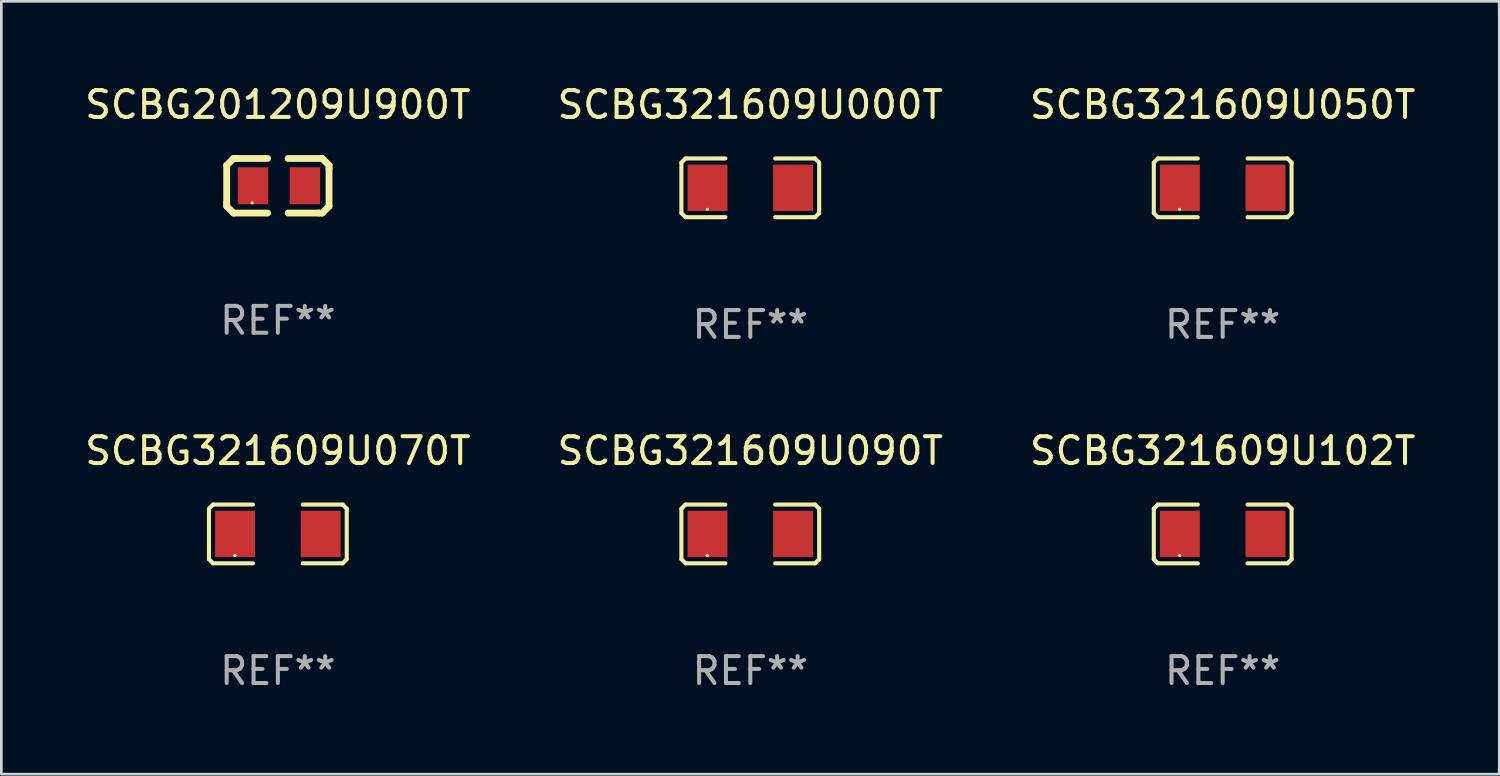
<source format=kicad_pcb>
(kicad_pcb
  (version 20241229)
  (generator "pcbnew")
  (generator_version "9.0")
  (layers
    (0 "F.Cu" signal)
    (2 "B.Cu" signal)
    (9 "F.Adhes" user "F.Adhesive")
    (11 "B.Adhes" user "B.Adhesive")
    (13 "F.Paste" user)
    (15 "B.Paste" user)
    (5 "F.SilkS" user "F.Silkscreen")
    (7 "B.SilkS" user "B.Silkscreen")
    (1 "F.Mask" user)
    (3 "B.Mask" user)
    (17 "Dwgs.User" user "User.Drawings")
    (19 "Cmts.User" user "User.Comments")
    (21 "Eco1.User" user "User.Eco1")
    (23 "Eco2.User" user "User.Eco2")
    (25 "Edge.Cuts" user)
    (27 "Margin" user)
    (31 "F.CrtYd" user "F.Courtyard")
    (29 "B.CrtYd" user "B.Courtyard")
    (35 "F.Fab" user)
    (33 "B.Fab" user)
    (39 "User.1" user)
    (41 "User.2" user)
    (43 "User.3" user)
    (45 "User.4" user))
  (footprint "SCBG321609U090T"
    (layer "F.Cu")
    (at 24.875 16.823)
    (property "Reference" "SCBG321609U090T" (at 0 -3.093 0) (layer "F.SilkS") (effects (font (size 1 1) (thickness 0.15))))
    (attr through_hole)
    (fp_line (start -2.564 -0.94) (end -2.411 -1.093) (stroke (width 0.152) (type solid)) (layer "F.SilkS"))
    (fp_line (start -2.564 0.94) (end -2.564 -0.94) (stroke (width 0.152) (type solid)) (layer "F.SilkS"))
    (fp_line (start -2.411 -1.093) (end -0.926 -1.093) (stroke (width 0.152) (type solid)) (layer "F.SilkS"))
    (fp_line (start -2.411 1.093) (end -2.564 0.94) (stroke (width 0.152) (type solid)) (layer "F.SilkS"))
    (fp_line (start -0.926 1.093) (end -2.411 1.093) (stroke (width 0.152) (type solid)) (layer "F.SilkS"))
    (fp_line (start 0.926 1.093) (end 2.411 1.093) (stroke (width 0.152) (type solid)) (layer "F.SilkS"))
    (fp_line (start 2.411 -1.093) (end 0.926 -1.093) (stroke (width 0.152) (type solid)) (layer "F.SilkS"))
    (fp_line (start 2.411 1.093) (end 2.564 0.94) (stroke (width 0.152) (type solid)) (layer "F.SilkS"))
    (fp_line (start 2.564 -0.94) (end 2.411 -1.093) (stroke (width 0.152) (type solid)) (layer "F.SilkS"))
    (fp_line (start 2.564 0.94) (end 2.564 -0.94) (stroke (width 0.152) (type solid)) (layer "F.SilkS"))
    (fp_circle (center -1.6 0.8) (end -1.57 0.8) (stroke (width 0.06) (type solid)) (fill no) (layer "F.SilkS"))
    (fp_text user "REF**" (at 0 5.093 0) (layer "F.Fab") (effects (font (size 1 1) (thickness 0.15))))
    (pad "1" smd rect (at -1.593 0) (size 1.485 1.728) (layers "F.Cu" "F.Mask" "F.Paste"))
    (pad "2" smd rect (at 1.593 0) (size 1.485 1.728) (layers "F.Cu" "F.Mask" "F.Paste")))
  (footprint "SCBG321609U000T"
    (layer "F.Cu")
    (at 24.875 3.941)
    (property "Reference" "SCBG321609U000T" (at 0 -3.093 0) (layer "F.SilkS") (effects (font (size 1 1) (thickness 0.15))))
    (attr through_hole)
    (fp_line (start -2.564 -0.94) (end -2.411 -1.093) (stroke (width 0.152) (type solid)) (layer "F.SilkS"))
    (fp_line (start -2.564 0.94) (end -2.564 -0.94) (stroke (width 0.152) (type solid)) (layer "F.SilkS"))
    (fp_line (start -2.411 -1.093) (end -0.926 -1.093) (stroke (width 0.152) (type solid)) (layer "F.SilkS"))
    (fp_line (start -2.411 1.093) (end -2.564 0.94) (stroke (width 0.152) (type solid)) (layer "F.SilkS"))
    (fp_line (start -0.926 1.093) (end -2.411 1.093) (stroke (width 0.152) (type solid)) (layer "F.SilkS"))
    (fp_line (start 0.926 1.093) (end 2.411 1.093) (stroke (width 0.152) (type solid)) (layer "F.SilkS"))
    (fp_line (start 2.411 -1.093) (end 0.926 -1.093) (stroke (width 0.152) (type solid)) (layer "F.SilkS"))
    (fp_line (start 2.411 1.093) (end 2.564 0.94) (stroke (width 0.152) (type solid)) (layer "F.SilkS"))
    (fp_line (start 2.564 -0.94) (end 2.411 -1.093) (stroke (width 0.152) (type solid)) (layer "F.SilkS"))
    (fp_line (start 2.564 0.94) (end 2.564 -0.94) (stroke (width 0.152) (type solid)) (layer "F.SilkS"))
    (fp_circle (center -1.6 0.8) (end -1.57 0.8) (stroke (width 0.06) (type solid)) (fill no) (layer "F.SilkS"))
    (fp_text user "REF**" (at 0 5.093 0) (layer "F.Fab") (effects (font (size 1 1) (thickness 0.15))))
    (pad "1" smd rect (at -1.593 0) (size 1.485 1.728) (layers "F.Cu" "F.Mask" "F.Paste"))
    (pad "2" smd rect (at 1.593 0) (size 1.485 1.728) (layers "F.Cu" "F.Mask" "F.Paste")))
  (footprint "SCBG321609U070T"
    (layer "F.Cu")
    (at 7.292 16.823)
    (property "Reference" "SCBG321609U070T" (at 0 -3.093 0) (layer "F.SilkS") (effects (font (size 1 1) (thickness 0.15))))
    (attr through_hole)
    (fp_line (start -2.564 -0.94) (end -2.411 -1.093) (stroke (width 0.152) (type solid)) (layer "F.SilkS"))
    (fp_line (start -2.564 0.94) (end -2.564 -0.94) (stroke (width 0.152) (type solid)) (layer "F.SilkS"))
    (fp_line (start -2.411 -1.093) (end -0.926 -1.093) (stroke (width 0.152) (type solid)) (layer "F.SilkS"))
    (fp_line (start -2.411 1.093) (end -2.564 0.94) (stroke (width 0.152) (type solid)) (layer "F.SilkS"))
    (fp_line (start -0.926 1.093) (end -2.411 1.093) (stroke (width 0.152) (type solid)) (layer "F.SilkS"))
    (fp_line (start 0.926 1.093) (end 2.411 1.093) (stroke (width 0.152) (type solid)) (layer "F.SilkS"))
    (fp_line (start 2.411 -1.093) (end 0.926 -1.093) (stroke (width 0.152) (type solid)) (layer "F.SilkS"))
    (fp_line (start 2.411 1.093) (end 2.564 0.94) (stroke (width 0.152) (type solid)) (layer "F.SilkS"))
    (fp_line (start 2.564 -0.94) (end 2.411 -1.093) (stroke (width 0.152) (type solid)) (layer "F.SilkS"))
    (fp_line (start 2.564 0.94) (end 2.564 -0.94) (stroke (width 0.152) (type solid)) (layer "F.SilkS"))
    (fp_circle (center -1.6 0.8) (end -1.57 0.8) (stroke (width 0.06) (type solid)) (fill no) (layer "F.SilkS"))
    (fp_text user "REF**" (at 0 5.093 0) (layer "F.Fab") (effects (font (size 1 1) (thickness 0.15))))
    (pad "1" smd rect (at -1.593 0) (size 1.485 1.728) (layers "F.Cu" "F.Mask" "F.Paste"))
    (pad "2" smd rect (at 1.593 0) (size 1.485 1.728) (layers "F.Cu" "F.Mask" "F.Paste")))
  (footprint "SCBG321609U102T"
    (layer "F.Cu")
    (at 42.458 16.823)
    (property "Reference" "SCBG321609U102T" (at 0 -3.093 0) (layer "F.SilkS") (effects (font (size 1 1) (thickness 0.15))))
    (attr through_hole)
    (fp_line (start -2.564 -0.94) (end -2.411 -1.093) (stroke (width 0.152) (type solid)) (layer "F.SilkS"))
    (fp_line (start -2.564 0.94) (end -2.564 -0.94) (stroke (width 0.152) (type solid)) (layer "F.SilkS"))
    (fp_line (start -2.411 -1.093) (end -0.926 -1.093) (stroke (width 0.152) (type solid)) (layer "F.SilkS"))
    (fp_line (start -2.411 1.093) (end -2.564 0.94) (stroke (width 0.152) (type solid)) (layer "F.SilkS"))
    (fp_line (start -0.926 1.093) (end -2.411 1.093) (stroke (width 0.152) (type solid)) (layer "F.SilkS"))
    (fp_line (start 0.926 1.093) (end 2.411 1.093) (stroke (width 0.152) (type solid)) (layer "F.SilkS"))
    (fp_line (start 2.411 -1.093) (end 0.926 -1.093) (stroke (width 0.152) (type solid)) (layer "F.SilkS"))
    (fp_line (start 2.411 1.093) (end 2.564 0.94) (stroke (width 0.152) (type solid)) (layer "F.SilkS"))
    (fp_line (start 2.564 -0.94) (end 2.411 -1.093) (stroke (width 0.152) (type solid)) (layer "F.SilkS"))
    (fp_line (start 2.564 0.94) (end 2.564 -0.94) (stroke (width 0.152) (type solid)) (layer "F.SilkS"))
    (fp_circle (center -1.6 0.8) (end -1.57 0.8) (stroke (width 0.06) (type solid)) (fill no) (layer "F.SilkS"))
    (fp_text user "REF**" (at 0 5.093 0) (layer "F.Fab") (effects (font (size 1 1) (thickness 0.15))))
    (pad "1" smd rect (at -1.593 0) (size 1.485 1.728) (layers "F.Cu" "F.Mask" "F.Paste"))
    (pad "2" smd rect (at 1.593 0) (size 1.485 1.728) (layers "F.Cu" "F.Mask" "F.Paste")))
  (footprint "SCBG321609U050T"
    (layer "F.Cu")
    (at 42.458 3.941)
    (property "Reference" "SCBG321609U050T" (at 0 -3.093 0) (layer "F.SilkS") (effects (font (size 1 1) (thickness 0.15))))
    (attr through_hole)
    (fp_line (start -2.564 -0.94) (end -2.411 -1.093) (stroke (width 0.152) (type solid)) (layer "F.SilkS"))
    (fp_line (start -2.564 0.94) (end -2.564 -0.94) (stroke (width 0.152) (type solid)) (layer "F.SilkS"))
    (fp_line (start -2.411 -1.093) (end -0.926 -1.093) (stroke (width 0.152) (type solid)) (layer "F.SilkS"))
    (fp_line (start -2.411 1.093) (end -2.564 0.94) (stroke (width 0.152) (type solid)) (layer "F.SilkS"))
    (fp_line (start -0.926 1.093) (end -2.411 1.093) (stroke (width 0.152) (type solid)) (layer "F.SilkS"))
    (fp_line (start 0.926 1.093) (end 2.411 1.093) (stroke (width 0.152) (type solid)) (layer "F.SilkS"))
    (fp_line (start 2.411 -1.093) (end 0.926 -1.093) (stroke (width 0.152) (type solid)) (layer "F.SilkS"))
    (fp_line (start 2.411 1.093) (end 2.564 0.94) (stroke (width 0.152) (type solid)) (layer "F.SilkS"))
    (fp_line (start 2.564 -0.94) (end 2.411 -1.093) (stroke (width 0.152) (type solid)) (layer "F.SilkS"))
    (fp_line (start 2.564 0.94) (end 2.564 -0.94) (stroke (width 0.152) (type solid)) (layer "F.SilkS"))
    (fp_circle (center -1.6 0.8) (end -1.57 0.8) (stroke (width 0.06) (type solid)) (fill no) (layer "F.SilkS"))
    (fp_text user "REF**" (at 0 5.093 0) (layer "F.Fab") (effects (font (size 1 1) (thickness 0.15))))
    (pad "1" smd rect (at -1.593 0) (size 1.485 1.728) (layers "F.Cu" "F.Mask" "F.Paste"))
    (pad "2" smd rect (at 1.593 0) (size 1.485 1.728) (layers "F.Cu" "F.Mask" "F.Paste")))
  (footprint "SCBG201209U900T"
    (layer "F.Cu")
    (at 7.292 3.864)
    (property "Reference" "SCBG201209U900T" (at 0 -3.016 0) (layer "F.SilkS") (effects (font (size 1 1) (thickness 0.15))))
    (attr through_hole)
    (fp_line (start -1.905 -0.762) (end -1.905 0.635) (stroke (width 0.254) (type solid)) (layer "F.SilkS"))
    (fp_line (start -1.905 0.635) (end -1.905 0.762) (stroke (width 0.254) (type solid)) (layer "F.SilkS"))
    (fp_line (start -1.905 0.762) (end -1.651 1.016) (stroke (width 0.254) (type solid)) (layer "F.SilkS"))
    (fp_line (start -1.651 -1.016) (end -1.905 -0.762) (stroke (width 0.254) (type solid)) (layer "F.SilkS"))
    (fp_line (start -1.651 1.016) (end -0.381 1.016) (stroke (width 0.254) (type solid)) (layer "F.SilkS"))
    (fp_line (start -1.524 -1.016) (end -1.651 -1.016) (stroke (width 0.254) (type solid)) (layer "F.SilkS"))
    (fp_line (start -0.381 -1.016) (end -1.524 -1.016) (stroke (width 0.254) (type solid)) (layer "F.SilkS"))
    (fp_line (start 0.381 1.016) (end 1.524 1.016) (stroke (width 0.254) (type solid)) (layer "F.SilkS"))
    (fp_line (start 1.524 1.016) (end 1.651 1.016) (stroke (width 0.254) (type solid)) (layer "F.SilkS"))
    (fp_line (start 1.651 -1.016) (end 0.381 -1.016) (stroke (width 0.254) (type solid)) (layer "F.SilkS"))
    (fp_line (start 1.651 1.016) (end 1.905 0.762) (stroke (width 0.254) (type solid)) (layer "F.SilkS"))
    (fp_line (start 1.905 -0.762) (end 1.651 -1.016) (stroke (width 0.254) (type solid)) (layer "F.SilkS"))
    (fp_line (start 1.905 -0.635) (end 1.905 -0.762) (stroke (width 0.254) (type solid)) (layer "F.SilkS"))
    (fp_line (start 1.905 0.762) (end 1.905 -0.635) (stroke (width 0.254) (type solid)) (layer "F.SilkS"))
    (fp_circle (center -0.96 0.637) (end -0.93 0.637) (stroke (width 0.06) (type solid)) (fill no) (layer "F.SilkS"))
    (fp_text user "REF**" (at 0 5.016 0) (layer "F.Fab") (effects (font (size 1 1) (thickness 0.15))))
    (pad "1" smd rect (at -0.926 -0.000051) (size 1.133 1.377) (layers "F.Cu" "F.Mask" "F.Paste"))
    (pad "2" smd rect (at 1.006 -0.000051) (size 1.133 1.377) (layers "F.Cu" "F.Mask" "F.Paste")))
  (gr_rect
    (start -3 -3)
    (end 52.75 25.763)
    (stroke (width 0.1) (type default))
    (fill no)
    (layer "Edge.Cuts")))
</source>
